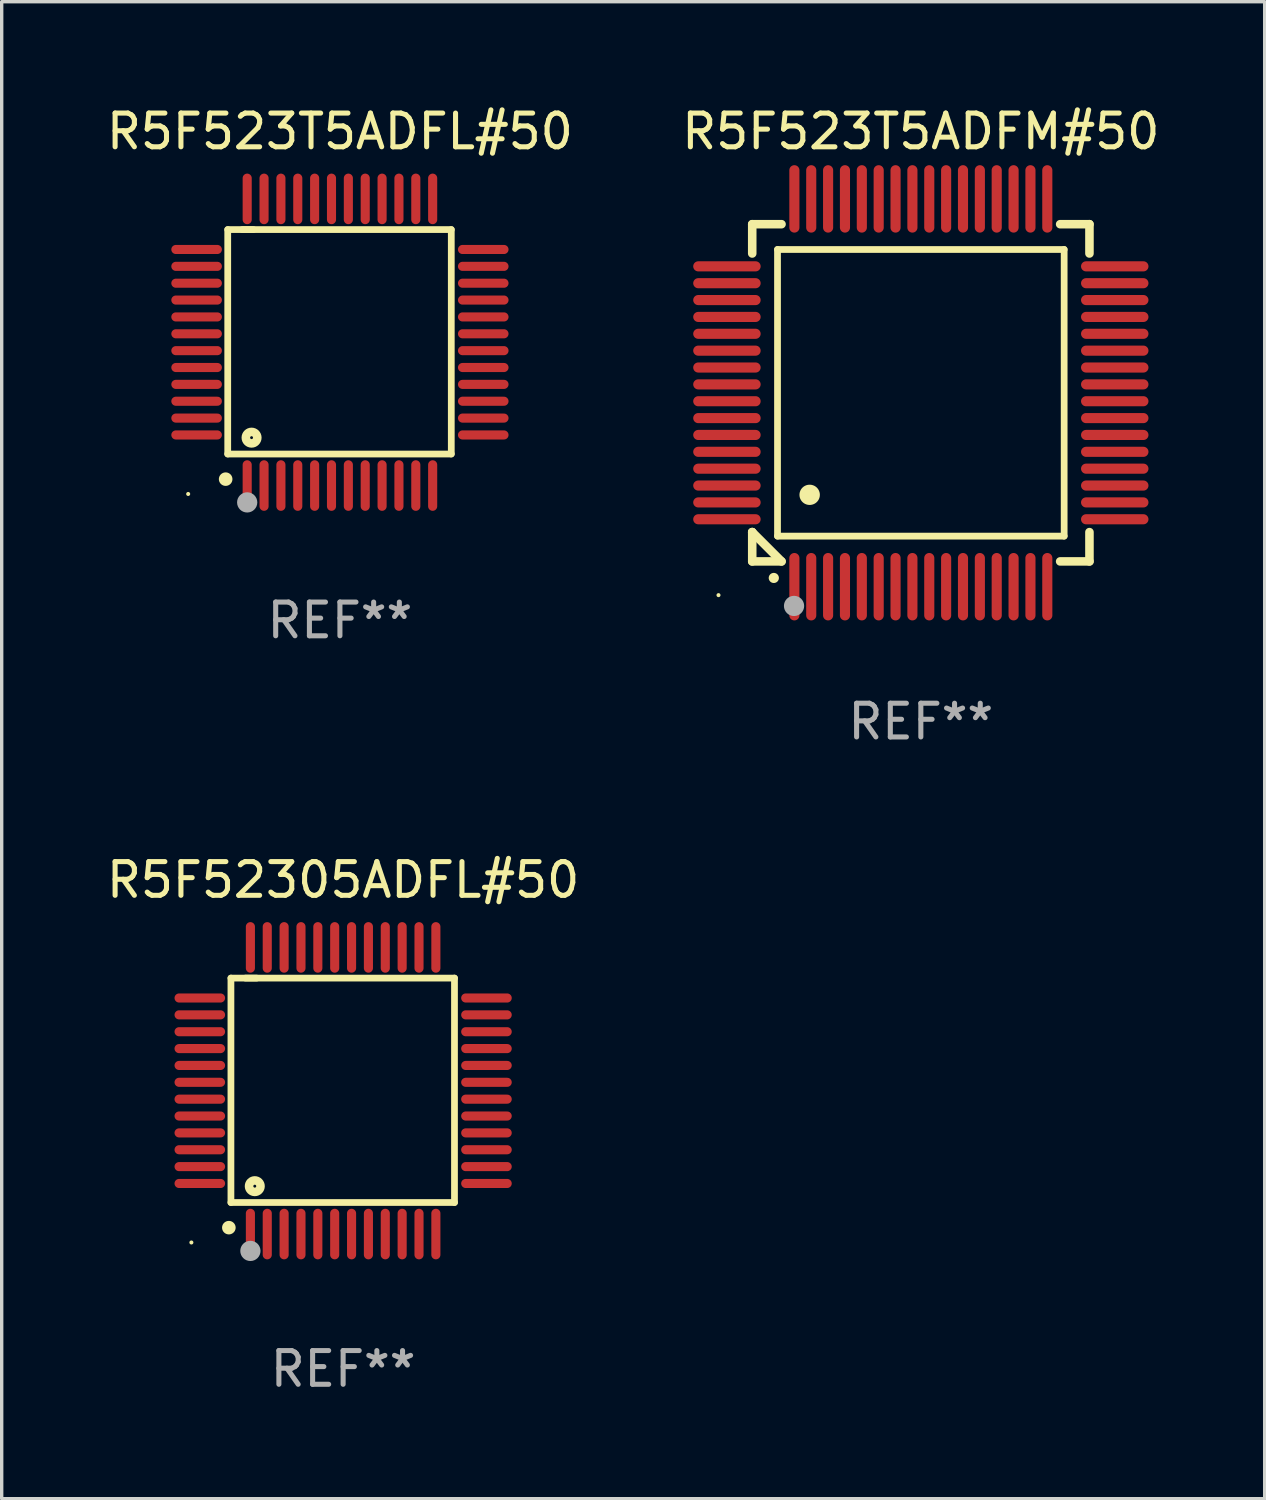
<source format=kicad_pcb>
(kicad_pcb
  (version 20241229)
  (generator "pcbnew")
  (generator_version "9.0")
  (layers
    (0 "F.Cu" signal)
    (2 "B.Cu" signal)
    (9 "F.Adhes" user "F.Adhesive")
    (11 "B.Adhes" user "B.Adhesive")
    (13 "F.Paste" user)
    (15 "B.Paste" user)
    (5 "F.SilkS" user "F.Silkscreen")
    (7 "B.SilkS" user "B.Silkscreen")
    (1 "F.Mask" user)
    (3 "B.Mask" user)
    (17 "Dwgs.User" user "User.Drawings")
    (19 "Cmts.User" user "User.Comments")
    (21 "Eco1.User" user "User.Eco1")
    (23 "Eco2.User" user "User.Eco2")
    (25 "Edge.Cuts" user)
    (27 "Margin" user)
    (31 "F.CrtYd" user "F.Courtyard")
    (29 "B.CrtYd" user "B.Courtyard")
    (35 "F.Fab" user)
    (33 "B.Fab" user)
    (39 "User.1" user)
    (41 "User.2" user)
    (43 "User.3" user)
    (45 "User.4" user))
  (footprint "R5F52305ADFL#50"
    (layer "F.Cu")
    (at 7.125 29.294)
    (property "Reference" "R5F52305ADFL#50" (at 0 -6.25 0) (layer "F.SilkS") (effects (font (size 1 1) (thickness 0.15))))
    (attr through_hole)
    (fp_line (start -3.327 -3.34) (end -2.565 -3.34) (stroke (width 0.2) (type solid)) (layer "F.SilkS"))
    (fp_line (start -3.327 3.315) (end -3.327 -3.34) (stroke (width 0.2) (type solid)) (layer "F.SilkS"))
    (fp_line (start -2.896 -3.34) (end 3.302 -3.34) (stroke (width 0.2) (type solid)) (layer "F.SilkS"))
    (fp_line (start 3.302 -3.34) (end 3.302 3.315) (stroke (width 0.2) (type solid)) (layer "F.SilkS"))
    (fp_line (start 3.302 3.315) (end -3.327 3.315) (stroke (width 0.2) (type solid)) (layer "F.SilkS"))
    (fp_arc (start -3.389992 4.059995) (mid -3.388722 4.059991) (end -3.387452 4.059995) (stroke (width 0.4) (type solid)) (layer "F.SilkS"))
    (fp_circle (center -4.5 4.5) (end -4.47 4.5) (stroke (width 0.06) (type solid)) (fill no) (layer "F.SilkS"))
    (fp_circle (center -2.62 2.83) (end -2.45 2.83) (stroke (width 0.254) (type solid)) (fill no) (layer "F.SilkS"))
    (fp_circle (center -2.75 4.75) (end -2.6 4.75) (stroke (width 0.3) (type solid)) (fill no) (layer "F.Fab"))
    (fp_text user "REF**" (at 0 8.25 0) (layer "F.Fab") (effects (font (size 1 1) (thickness 0.15))))
    (pad "1" smd oval (at -2.75 4.25) (size 0.27 1.5) (layers "F.Cu" "F.Mask" "F.Paste"))
    (pad "2" smd oval (at -2.25 4.25) (size 0.27 1.5) (layers "F.Cu" "F.Mask" "F.Paste"))
    (pad "3" smd oval (at -1.75 4.25) (size 0.27 1.5) (layers "F.Cu" "F.Mask" "F.Paste"))
    (pad "4" smd oval (at -1.25 4.25) (size 0.27 1.5) (layers "F.Cu" "F.Mask" "F.Paste"))
    (pad "5" smd oval (at -0.75 4.25) (size 0.27 1.5) (layers "F.Cu" "F.Mask" "F.Paste"))
    (pad "6" smd oval (at -0.25 4.25) (size 0.27 1.5) (layers "F.Cu" "F.Mask" "F.Paste"))
    (pad "7" smd oval (at 0.25 4.25) (size 0.27 1.5) (layers "F.Cu" "F.Mask" "F.Paste"))
    (pad "8" smd oval (at 0.75 4.25) (size 0.27 1.5) (layers "F.Cu" "F.Mask" "F.Paste"))
    (pad "9" smd oval (at 1.25 4.25) (size 0.27 1.5) (layers "F.Cu" "F.Mask" "F.Paste"))
    (pad "10" smd oval (at 1.75 4.25) (size 0.27 1.5) (layers "F.Cu" "F.Mask" "F.Paste"))
    (pad "11" smd oval (at 2.25 4.25) (size 0.27 1.5) (layers "F.Cu" "F.Mask" "F.Paste"))
    (pad "12" smd oval (at 2.75 4.25) (size 0.27 1.5) (layers "F.Cu" "F.Mask" "F.Paste"))
    (pad "13" smd oval (at 4.25 2.75) (size 1.5 0.27) (layers "F.Cu" "F.Mask" "F.Paste"))
    (pad "14" smd oval (at 4.25 2.25) (size 1.5 0.27) (layers "F.Cu" "F.Mask" "F.Paste"))
    (pad "15" smd oval (at 4.25 1.75) (size 1.5 0.27) (layers "F.Cu" "F.Mask" "F.Paste"))
    (pad "16" smd oval (at 4.25 1.25) (size 1.5 0.27) (layers "F.Cu" "F.Mask" "F.Paste"))
    (pad "17" smd oval (at 4.25 0.75) (size 1.5 0.27) (layers "F.Cu" "F.Mask" "F.Paste"))
    (pad "18" smd oval (at 4.25 0.25) (size 1.5 0.27) (layers "F.Cu" "F.Mask" "F.Paste"))
    (pad "19" smd oval (at 4.25 -0.25) (size 1.5 0.27) (layers "F.Cu" "F.Mask" "F.Paste"))
    (pad "20" smd oval (at 4.25 -0.75) (size 1.5 0.27) (layers "F.Cu" "F.Mask" "F.Paste"))
    (pad "21" smd oval (at 4.25 -1.25) (size 1.5 0.27) (layers "F.Cu" "F.Mask" "F.Paste"))
    (pad "22" smd oval (at 4.25 -1.75) (size 1.5 0.27) (layers "F.Cu" "F.Mask" "F.Paste"))
    (pad "23" smd oval (at 4.25 -2.25) (size 1.5 0.27) (layers "F.Cu" "F.Mask" "F.Paste"))
    (pad "24" smd oval (at 4.25 -2.75) (size 1.5 0.27) (layers "F.Cu" "F.Mask" "F.Paste"))
    (pad "25" smd oval (at 2.75 -4.25) (size 0.27 1.5) (layers "F.Cu" "F.Mask" "F.Paste"))
    (pad "26" smd oval (at 2.25 -4.25) (size 0.27 1.5) (layers "F.Cu" "F.Mask" "F.Paste"))
    (pad "27" smd oval (at 1.75 -4.25) (size 0.27 1.5) (layers "F.Cu" "F.Mask" "F.Paste"))
    (pad "28" smd oval (at 1.25 -4.25) (size 0.27 1.5) (layers "F.Cu" "F.Mask" "F.Paste"))
    (pad "29" smd oval (at 0.75 -4.25) (size 0.27 1.5) (layers "F.Cu" "F.Mask" "F.Paste"))
    (pad "30" smd oval (at 0.25 -4.25) (size 0.27 1.5) (layers "F.Cu" "F.Mask" "F.Paste"))
    (pad "31" smd oval (at -0.25 -4.25) (size 0.27 1.5) (layers "F.Cu" "F.Mask" "F.Paste"))
    (pad "32" smd oval (at -0.75 -4.25) (size 0.27 1.5) (layers "F.Cu" "F.Mask" "F.Paste"))
    (pad "33" smd oval (at -1.25 -4.25) (size 0.27 1.5) (layers "F.Cu" "F.Mask" "F.Paste"))
    (pad "34" smd oval (at -1.75 -4.25) (size 0.27 1.5) (layers "F.Cu" "F.Mask" "F.Paste"))
    (pad "35" smd oval (at -2.25 -4.25) (size 0.27 1.5) (layers "F.Cu" "F.Mask" "F.Paste"))
    (pad "36" smd oval (at -2.75 -4.25) (size 0.27 1.5) (layers "F.Cu" "F.Mask" "F.Paste"))
    (pad "37" smd oval (at -4.25 -2.75) (size 1.5 0.27) (layers "F.Cu" "F.Mask" "F.Paste"))
    (pad "38" smd oval (at -4.25 -2.25) (size 1.5 0.27) (layers "F.Cu" "F.Mask" "F.Paste"))
    (pad "39" smd oval (at -4.25 -1.75) (size 1.5 0.27) (layers "F.Cu" "F.Mask" "F.Paste"))
    (pad "40" smd oval (at -4.25 -1.25) (size 1.5 0.27) (layers "F.Cu" "F.Mask" "F.Paste"))
    (pad "41" smd oval (at -4.25 -0.75) (size 1.5 0.27) (layers "F.Cu" "F.Mask" "F.Paste"))
    (pad "42" smd oval (at -4.25 -0.25) (size 1.5 0.27) (layers "F.Cu" "F.Mask" "F.Paste"))
    (pad "43" smd oval (at -4.25 0.25) (size 1.5 0.27) (layers "F.Cu" "F.Mask" "F.Paste"))
    (pad "44" smd oval (at -4.25 0.75) (size 1.5 0.27) (layers "F.Cu" "F.Mask" "F.Paste"))
    (pad "45" smd oval (at -4.25 1.25) (size 1.5 0.27) (layers "F.Cu" "F.Mask" "F.Paste"))
    (pad "46" smd oval (at -4.25 1.75) (size 1.5 0.27) (layers "F.Cu" "F.Mask" "F.Paste"))
    (pad "47" smd oval (at -4.25 2.25) (size 1.5 0.27) (layers "F.Cu" "F.Mask" "F.Paste"))
    (pad "48" smd oval (at -4.25 2.75) (size 1.5 0.27) (layers "F.Cu" "F.Mask" "F.Paste")))
  (footprint "R5F523T5ADFL#50"
    (layer "F.Cu")
    (at 7.03 7.098)
    (property "Reference" "R5F523T5ADFL#50" (at 0 -6.25 0) (layer "F.SilkS") (effects (font (size 1 1) (thickness 0.15))))
    (attr through_hole)
    (fp_line (start -3.327 -3.34) (end -2.565 -3.34) (stroke (width 0.2) (type solid)) (layer "F.SilkS"))
    (fp_line (start -3.327 3.315) (end -3.327 -3.34) (stroke (width 0.2) (type solid)) (layer "F.SilkS"))
    (fp_line (start -2.896 -3.34) (end 3.302 -3.34) (stroke (width 0.2) (type solid)) (layer "F.SilkS"))
    (fp_line (start 3.302 -3.34) (end 3.302 3.315) (stroke (width 0.2) (type solid)) (layer "F.SilkS"))
    (fp_line (start 3.302 3.315) (end -3.327 3.315) (stroke (width 0.2) (type solid)) (layer "F.SilkS"))
    (fp_arc (start -3.389992 4.059995) (mid -3.388722 4.059991) (end -3.387452 4.059995) (stroke (width 0.4) (type solid)) (layer "F.SilkS"))
    (fp_circle (center -4.5 4.5) (end -4.47 4.5) (stroke (width 0.06) (type solid)) (fill no) (layer "F.SilkS"))
    (fp_circle (center -2.62 2.83) (end -2.45 2.83) (stroke (width 0.254) (type solid)) (fill no) (layer "F.SilkS"))
    (fp_circle (center -2.75 4.75) (end -2.6 4.75) (stroke (width 0.3) (type solid)) (fill no) (layer "F.Fab"))
    (fp_text user "REF**" (at 0 8.25 0) (layer "F.Fab") (effects (font (size 1 1) (thickness 0.15))))
    (pad "1" smd oval (at -2.75 4.25) (size 0.27 1.5) (layers "F.Cu" "F.Mask" "F.Paste"))
    (pad "2" smd oval (at -2.25 4.25) (size 0.27 1.5) (layers "F.Cu" "F.Mask" "F.Paste"))
    (pad "3" smd oval (at -1.75 4.25) (size 0.27 1.5) (layers "F.Cu" "F.Mask" "F.Paste"))
    (pad "4" smd oval (at -1.25 4.25) (size 0.27 1.5) (layers "F.Cu" "F.Mask" "F.Paste"))
    (pad "5" smd oval (at -0.75 4.25) (size 0.27 1.5) (layers "F.Cu" "F.Mask" "F.Paste"))
    (pad "6" smd oval (at -0.25 4.25) (size 0.27 1.5) (layers "F.Cu" "F.Mask" "F.Paste"))
    (pad "7" smd oval (at 0.25 4.25) (size 0.27 1.5) (layers "F.Cu" "F.Mask" "F.Paste"))
    (pad "8" smd oval (at 0.75 4.25) (size 0.27 1.5) (layers "F.Cu" "F.Mask" "F.Paste"))
    (pad "9" smd oval (at 1.25 4.25) (size 0.27 1.5) (layers "F.Cu" "F.Mask" "F.Paste"))
    (pad "10" smd oval (at 1.75 4.25) (size 0.27 1.5) (layers "F.Cu" "F.Mask" "F.Paste"))
    (pad "11" smd oval (at 2.25 4.25) (size 0.27 1.5) (layers "F.Cu" "F.Mask" "F.Paste"))
    (pad "12" smd oval (at 2.75 4.25) (size 0.27 1.5) (layers "F.Cu" "F.Mask" "F.Paste"))
    (pad "13" smd oval (at 4.25 2.75) (size 1.5 0.27) (layers "F.Cu" "F.Mask" "F.Paste"))
    (pad "14" smd oval (at 4.25 2.25) (size 1.5 0.27) (layers "F.Cu" "F.Mask" "F.Paste"))
    (pad "15" smd oval (at 4.25 1.75) (size 1.5 0.27) (layers "F.Cu" "F.Mask" "F.Paste"))
    (pad "16" smd oval (at 4.25 1.25) (size 1.5 0.27) (layers "F.Cu" "F.Mask" "F.Paste"))
    (pad "17" smd oval (at 4.25 0.75) (size 1.5 0.27) (layers "F.Cu" "F.Mask" "F.Paste"))
    (pad "18" smd oval (at 4.25 0.25) (size 1.5 0.27) (layers "F.Cu" "F.Mask" "F.Paste"))
    (pad "19" smd oval (at 4.25 -0.25) (size 1.5 0.27) (layers "F.Cu" "F.Mask" "F.Paste"))
    (pad "20" smd oval (at 4.25 -0.75) (size 1.5 0.27) (layers "F.Cu" "F.Mask" "F.Paste"))
    (pad "21" smd oval (at 4.25 -1.25) (size 1.5 0.27) (layers "F.Cu" "F.Mask" "F.Paste"))
    (pad "22" smd oval (at 4.25 -1.75) (size 1.5 0.27) (layers "F.Cu" "F.Mask" "F.Paste"))
    (pad "23" smd oval (at 4.25 -2.25) (size 1.5 0.27) (layers "F.Cu" "F.Mask" "F.Paste"))
    (pad "24" smd oval (at 4.25 -2.75) (size 1.5 0.27) (layers "F.Cu" "F.Mask" "F.Paste"))
    (pad "25" smd oval (at 2.75 -4.25) (size 0.27 1.5) (layers "F.Cu" "F.Mask" "F.Paste"))
    (pad "26" smd oval (at 2.25 -4.25) (size 0.27 1.5) (layers "F.Cu" "F.Mask" "F.Paste"))
    (pad "27" smd oval (at 1.75 -4.25) (size 0.27 1.5) (layers "F.Cu" "F.Mask" "F.Paste"))
    (pad "28" smd oval (at 1.25 -4.25) (size 0.27 1.5) (layers "F.Cu" "F.Mask" "F.Paste"))
    (pad "29" smd oval (at 0.75 -4.25) (size 0.27 1.5) (layers "F.Cu" "F.Mask" "F.Paste"))
    (pad "30" smd oval (at 0.25 -4.25) (size 0.27 1.5) (layers "F.Cu" "F.Mask" "F.Paste"))
    (pad "31" smd oval (at -0.25 -4.25) (size 0.27 1.5) (layers "F.Cu" "F.Mask" "F.Paste"))
    (pad "32" smd oval (at -0.75 -4.25) (size 0.27 1.5) (layers "F.Cu" "F.Mask" "F.Paste"))
    (pad "33" smd oval (at -1.25 -4.25) (size 0.27 1.5) (layers "F.Cu" "F.Mask" "F.Paste"))
    (pad "34" smd oval (at -1.75 -4.25) (size 0.27 1.5) (layers "F.Cu" "F.Mask" "F.Paste"))
    (pad "35" smd oval (at -2.25 -4.25) (size 0.27 1.5) (layers "F.Cu" "F.Mask" "F.Paste"))
    (pad "36" smd oval (at -2.75 -4.25) (size 0.27 1.5) (layers "F.Cu" "F.Mask" "F.Paste"))
    (pad "37" smd oval (at -4.25 -2.75) (size 1.5 0.27) (layers "F.Cu" "F.Mask" "F.Paste"))
    (pad "38" smd oval (at -4.25 -2.25) (size 1.5 0.27) (layers "F.Cu" "F.Mask" "F.Paste"))
    (pad "39" smd oval (at -4.25 -1.75) (size 1.5 0.27) (layers "F.Cu" "F.Mask" "F.Paste"))
    (pad "40" smd oval (at -4.25 -1.25) (size 1.5 0.27) (layers "F.Cu" "F.Mask" "F.Paste"))
    (pad "41" smd oval (at -4.25 -0.75) (size 1.5 0.27) (layers "F.Cu" "F.Mask" "F.Paste"))
    (pad "42" smd oval (at -4.25 -0.25) (size 1.5 0.27) (layers "F.Cu" "F.Mask" "F.Paste"))
    (pad "43" smd oval (at -4.25 0.25) (size 1.5 0.27) (layers "F.Cu" "F.Mask" "F.Paste"))
    (pad "44" smd oval (at -4.25 0.75) (size 1.5 0.27) (layers "F.Cu" "F.Mask" "F.Paste"))
    (pad "45" smd oval (at -4.25 1.25) (size 1.5 0.27) (layers "F.Cu" "F.Mask" "F.Paste"))
    (pad "46" smd oval (at -4.25 1.75) (size 1.5 0.27) (layers "F.Cu" "F.Mask" "F.Paste"))
    (pad "47" smd oval (at -4.25 2.25) (size 1.5 0.27) (layers "F.Cu" "F.Mask" "F.Paste"))
    (pad "48" smd oval (at -4.25 2.75) (size 1.5 0.27) (layers "F.Cu" "F.Mask" "F.Paste")))
  (footprint "R5F523T5ADFM#50"
    (layer "F.Cu")
    (at 24.256 8.598)
    (property "Reference" "R5F523T5ADFM#50" (at 0 -7.75 0) (layer "F.SilkS") (effects (font (size 1 1) (thickness 0.15))))
    (attr through_hole)
    (fp_line (start -5 -5) (end -4.131 -5) (stroke (width 0.254) (type solid)) (layer "F.SilkS"))
    (fp_line (start -5 -4.131) (end -5 -5) (stroke (width 0.254) (type solid)) (layer "F.SilkS"))
    (fp_line (start -5 4.131) (end -5 4.131) (stroke (width 0.254) (type solid)) (layer "F.SilkS"))
    (fp_line (start -5 5) (end -5 4.131) (stroke (width 0.254) (type solid)) (layer "F.SilkS"))
    (fp_line (start -5 4.131) (end -4.131 5) (stroke (width 0.254) (type solid)) (layer "F.SilkS"))
    (fp_line (start -4.25 -4.25) (end -4.25 4.25) (stroke (width 0.2) (type solid)) (layer "F.SilkS"))
    (fp_line (start -4.25 4.25) (end 4.25 4.25) (stroke (width 0.2) (type solid)) (layer "F.SilkS"))
    (fp_line (start -4.131 5) (end -5 5) (stroke (width 0.254) (type solid)) (layer "F.SilkS"))
    (fp_line (start 4.25 -4.25) (end -4.25 -4.25) (stroke (width 0.2) (type solid)) (layer "F.SilkS"))
    (fp_line (start 4.25 4.25) (end 4.25 -4.25) (stroke (width 0.2) (type solid)) (layer "F.SilkS"))
    (fp_line (start 5 -5) (end 4.131 -5) (stroke (width 0.254) (type solid)) (layer "F.SilkS"))
    (fp_line (start 5 -5) (end 5 -4.131) (stroke (width 0.254) (type solid)) (layer "F.SilkS"))
    (fp_line (start 5 4.131) (end 5 5) (stroke (width 0.254) (type solid)) (layer "F.SilkS"))
    (fp_line (start 5 5) (end 4.131 5) (stroke (width 0.254) (type solid)) (layer "F.SilkS"))
    (fp_arc (start -4.361265 5.489992) (mid -4.359995 5.489987) (end -4.358725 5.489992) (stroke (width 0.3) (type solid)) (layer "F.SilkS"))
    (fp_arc (start -3.299467 3.025146) (mid -3.296927 3.025135) (end -3.294387 3.025146) (stroke (width 0.6) (type solid)) (layer "F.SilkS"))
    (fp_circle (center -6 6) (end -5.97 6) (stroke (width 0.06) (type solid)) (fill no) (layer "F.SilkS"))
    (fp_circle (center -3.76 6.32) (end -3.61 6.32) (stroke (width 0.3) (type solid)) (fill no) (layer "F.Fab"))
    (fp_text user "REF**" (at 0 9.75 0) (layer "F.Fab") (effects (font (size 1 1) (thickness 0.15))))
    (pad "1" smd oval (at -3.75 5.75) (size 0.3 2) (layers "F.Cu" "F.Mask" "F.Paste"))
    (pad "2" smd oval (at -3.25 5.75) (size 0.3 2) (layers "F.Cu" "F.Mask" "F.Paste"))
    (pad "3" smd oval (at -2.75 5.75) (size 0.3 2) (layers "F.Cu" "F.Mask" "F.Paste"))
    (pad "4" smd oval (at -2.25 5.75) (size 0.3 2) (layers "F.Cu" "F.Mask" "F.Paste"))
    (pad "5" smd oval (at -1.75 5.75) (size 0.3 2) (layers "F.Cu" "F.Mask" "F.Paste"))
    (pad "6" smd oval (at -1.25 5.75) (size 0.3 2) (layers "F.Cu" "F.Mask" "F.Paste"))
    (pad "7" smd oval (at -0.75 5.75) (size 0.3 2) (layers "F.Cu" "F.Mask" "F.Paste"))
    (pad "8" smd oval (at -0.25 5.75) (size 0.3 2) (layers "F.Cu" "F.Mask" "F.Paste"))
    (pad "9" smd oval (at 0.25 5.75) (size 0.3 2) (layers "F.Cu" "F.Mask" "F.Paste"))
    (pad "10" smd oval (at 0.75 5.75) (size 0.3 2) (layers "F.Cu" "F.Mask" "F.Paste"))
    (pad "11" smd oval (at 1.25 5.75) (size 0.3 2) (layers "F.Cu" "F.Mask" "F.Paste"))
    (pad "12" smd oval (at 1.75 5.75) (size 0.3 2) (layers "F.Cu" "F.Mask" "F.Paste"))
    (pad "13" smd oval (at 2.25 5.75) (size 0.3 2) (layers "F.Cu" "F.Mask" "F.Paste"))
    (pad "14" smd oval (at 2.75 5.75) (size 0.3 2) (layers "F.Cu" "F.Mask" "F.Paste"))
    (pad "15" smd oval (at 3.25 5.75) (size 0.3 2) (layers "F.Cu" "F.Mask" "F.Paste"))
    (pad "16" smd oval (at 3.75 5.75) (size 0.3 2) (layers "F.Cu" "F.Mask" "F.Paste"))
    (pad "17" smd oval (at 5.75 3.75) (size 2 0.3) (layers "F.Cu" "F.Mask" "F.Paste"))
    (pad "18" smd oval (at 5.75 3.25) (size 2 0.3) (layers "F.Cu" "F.Mask" "F.Paste"))
    (pad "19" smd oval (at 5.75 2.75) (size 2 0.3) (layers "F.Cu" "F.Mask" "F.Paste"))
    (pad "20" smd oval (at 5.75 2.25) (size 2 0.3) (layers "F.Cu" "F.Mask" "F.Paste"))
    (pad "21" smd oval (at 5.75 1.75) (size 2 0.3) (layers "F.Cu" "F.Mask" "F.Paste"))
    (pad "22" smd oval (at 5.75 1.25) (size 2 0.3) (layers "F.Cu" "F.Mask" "F.Paste"))
    (pad "23" smd oval (at 5.75 0.75) (size 2 0.3) (layers "F.Cu" "F.Mask" "F.Paste"))
    (pad "24" smd oval (at 5.75 0.25) (size 2 0.3) (layers "F.Cu" "F.Mask" "F.Paste"))
    (pad "25" smd oval (at 5.75 -0.25) (size 2 0.3) (layers "F.Cu" "F.Mask" "F.Paste"))
    (pad "26" smd oval (at 5.75 -0.75) (size 2 0.3) (layers "F.Cu" "F.Mask" "F.Paste"))
    (pad "27" smd oval (at 5.75 -1.25) (size 2 0.3) (layers "F.Cu" "F.Mask" "F.Paste"))
    (pad "28" smd oval (at 5.75 -1.75) (size 2 0.3) (layers "F.Cu" "F.Mask" "F.Paste"))
    (pad "29" smd oval (at 5.75 -2.25) (size 2 0.3) (layers "F.Cu" "F.Mask" "F.Paste"))
    (pad "30" smd oval (at 5.75 -2.75) (size 2 0.3) (layers "F.Cu" "F.Mask" "F.Paste"))
    (pad "31" smd oval (at 5.75 -3.25) (size 2 0.3) (layers "F.Cu" "F.Mask" "F.Paste"))
    (pad "32" smd oval (at 5.75 -3.75) (size 2 0.3) (layers "F.Cu" "F.Mask" "F.Paste"))
    (pad "33" smd oval (at 3.75 -5.75) (size 0.3 2) (layers "F.Cu" "F.Mask" "F.Paste"))
    (pad "34" smd oval (at 3.25 -5.75) (size 0.3 2) (layers "F.Cu" "F.Mask" "F.Paste"))
    (pad "35" smd oval (at 2.75 -5.75) (size 0.3 2) (layers "F.Cu" "F.Mask" "F.Paste"))
    (pad "36" smd oval (at 2.25 -5.75) (size 0.3 2) (layers "F.Cu" "F.Mask" "F.Paste"))
    (pad "37" smd oval (at 1.75 -5.75) (size 0.3 2) (layers "F.Cu" "F.Mask" "F.Paste"))
    (pad "38" smd oval (at 1.25 -5.75) (size 0.3 2) (layers "F.Cu" "F.Mask" "F.Paste"))
    (pad "39" smd oval (at 0.75 -5.75) (size 0.3 2) (layers "F.Cu" "F.Mask" "F.Paste"))
    (pad "40" smd oval (at 0.25 -5.75) (size 0.3 2) (layers "F.Cu" "F.Mask" "F.Paste"))
    (pad "41" smd oval (at -0.25 -5.75) (size 0.3 2) (layers "F.Cu" "F.Mask" "F.Paste"))
    (pad "42" smd oval (at -0.75 -5.75) (size 0.3 2) (layers "F.Cu" "F.Mask" "F.Paste"))
    (pad "43" smd oval (at -1.25 -5.75) (size 0.3 2) (layers "F.Cu" "F.Mask" "F.Paste"))
    (pad "44" smd oval (at -1.75 -5.75) (size 0.3 2) (layers "F.Cu" "F.Mask" "F.Paste"))
    (pad "45" smd oval (at -2.25 -5.75) (size 0.3 2) (layers "F.Cu" "F.Mask" "F.Paste"))
    (pad "46" smd oval (at -2.75 -5.75) (size 0.3 2) (layers "F.Cu" "F.Mask" "F.Paste"))
    (pad "47" smd oval (at -3.25 -5.75) (size 0.3 2) (layers "F.Cu" "F.Mask" "F.Paste"))
    (pad "48" smd oval (at -3.75 -5.75) (size 0.3 2) (layers "F.Cu" "F.Mask" "F.Paste"))
    (pad "49" smd oval (at -5.75 -3.75) (size 2 0.3) (layers "F.Cu" "F.Mask" "F.Paste"))
    (pad "50" smd oval (at -5.75 -3.25) (size 2 0.3) (layers "F.Cu" "F.Mask" "F.Paste"))
    (pad "51" smd oval (at -5.75 -2.75) (size 2 0.3) (layers "F.Cu" "F.Mask" "F.Paste"))
    (pad "52" smd oval (at -5.75 -2.25) (size 2 0.3) (layers "F.Cu" "F.Mask" "F.Paste"))
    (pad "53" smd oval (at -5.75 -1.75) (size 2 0.3) (layers "F.Cu" "F.Mask" "F.Paste"))
    (pad "54" smd oval (at -5.75 -1.25) (size 2 0.3) (layers "F.Cu" "F.Mask" "F.Paste"))
    (pad "55" smd oval (at -5.75 -0.75) (size 2 0.3) (layers "F.Cu" "F.Mask" "F.Paste"))
    (pad "56" smd oval (at -5.75 -0.25) (size 2 0.3) (layers "F.Cu" "F.Mask" "F.Paste"))
    (pad "57" smd oval (at -5.75 0.25) (size 2 0.3) (layers "F.Cu" "F.Mask" "F.Paste"))
    (pad "58" smd oval (at -5.75 0.75) (size 2 0.3) (layers "F.Cu" "F.Mask" "F.Paste"))
    (pad "59" smd oval (at -5.75 1.25) (size 2 0.3) (layers "F.Cu" "F.Mask" "F.Paste"))
    (pad "60" smd oval (at -5.75 1.75) (size 2 0.3) (layers "F.Cu" "F.Mask" "F.Paste"))
    (pad "61" smd oval (at -5.75 2.25) (size 2 0.3) (layers "F.Cu" "F.Mask" "F.Paste"))
    (pad "62" smd oval (at -5.75 2.75) (size 2 0.3) (layers "F.Cu" "F.Mask" "F.Paste"))
    (pad "63" smd oval (at -5.75 3.25) (size 2 0.3) (layers "F.Cu" "F.Mask" "F.Paste"))
    (pad "64" smd oval (at -5.75 3.75) (size 2 0.3) (layers "F.Cu" "F.Mask" "F.Paste")))
  (gr_rect
    (start -3 -3)
    (end 34.452 41.392)
    (stroke (width 0.1) (type default))
    (fill no)
    (layer "Edge.Cuts")))
</source>
